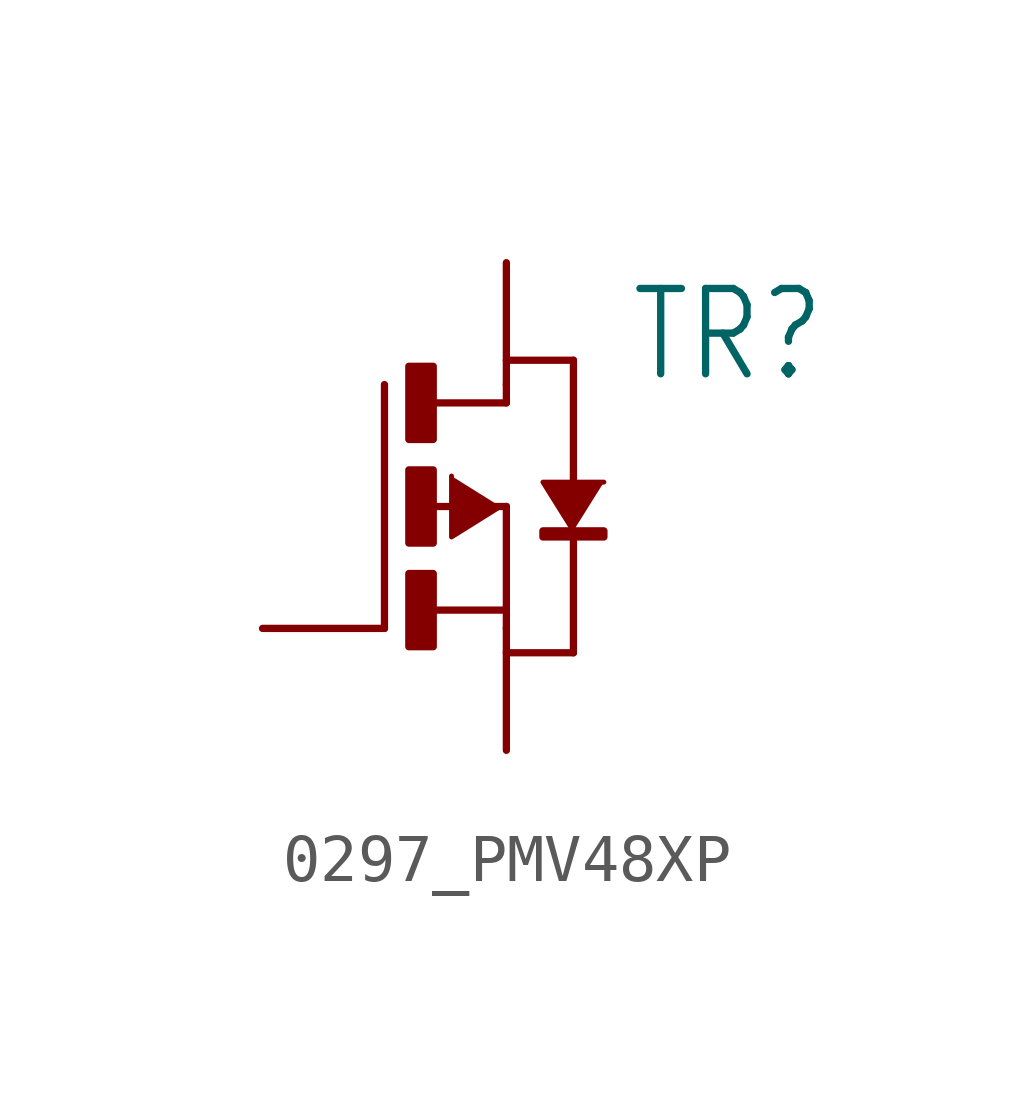
<source format=kicad_sym>
(kicad_symbol_lib
  (version 20220914)
  (generator kicad_symbol_editor)
  (symbol "0297_PMV48XP"
    (property "Reference" "TR"
      (at 2.54 2.54 0)
      (effects (font (size 1.778 1.511)) (justify left bottom)))
    (property "Value" ""
      (at 2.54 0 0)
      (effects (font (size 1.778 1.511)) (justify left bottom)))
    (property "ki_locked" ""
      (at 0 0 0)
      (effects (font (size 1.27 1.27))))
    (symbol "0297_PMV48XP_1_0"
      (rectangle (start -2.032 -2.921) (end -1.524 -1.397) (stroke (width 0) (type default)) (fill (type outline)))
      (rectangle (start -2.032 -0.762) (end -1.524 0.762) (stroke (width 0) (type default)) (fill (type outline)))
      (rectangle (start -2.032 1.397) (end -1.524 2.921) (stroke (width 0) (type default)) (fill (type outline)))
      (polyline (pts (xy -2.54 -2.54) (xy -2.54 2.54)) (stroke (width 0.152) (type solid)) (fill (type none)))
      (polyline (pts (xy -1.651 0) (xy 0 0)) (stroke (width 0.152) (type solid)) (fill (type none)))
      (polyline (pts (xy -1.524 -2.159) (xy 0 -2.159)) (stroke (width 0.152) (type solid)) (fill (type none)))
      (polyline (pts (xy -1.524 2.159) (xy 0 2.159)) (stroke (width 0.152) (type solid)) (fill (type none)))
      (polyline (pts (xy 0 -2.159) (xy 0 -2.54)) (stroke (width 0.152) (type solid)) (fill (type none)))
      (polyline (pts (xy 0 0) (xy 0 -2.159)) (stroke (width 0.152) (type solid)) (fill (type none)))
      (polyline (pts (xy 0 2.159) (xy 0 2.54)) (stroke (width 0.152) (type solid)) (fill (type none)))
      (polyline (pts (xy 0 3.048) (xy 1.397 3.048)) (stroke (width 0.152) (type solid)) (fill (type none)))
      (polyline (pts (xy 1.397 -3.048) (xy 0 -3.048)) (stroke (width 0.152) (type solid)) (fill (type none)))
      (polyline (pts (xy 1.397 -0.508) (xy 1.397 -3.048)) (stroke (width 0.152) (type solid)) (fill (type none)))
      (polyline (pts (xy 1.397 3.048) (xy 1.397 0.381)) (stroke (width 0.152) (type solid)) (fill (type none)))
      (polyline (pts (xy -0.127 0) (xy -1.143 -0.635) (xy -1.143 0.635)) (stroke (width 0.102) (type solid)) (fill (type outline)))
      (polyline (pts (xy 1.397 -0.508) (xy 0.762 0.508) (xy 2.032 0.508)) (stroke (width 0.102) (type solid)) (fill (type outline)))
      (rectangle (start 0.762 -0.635) (end 2.032 -0.508) (stroke (width 0) (type default)) (fill (type outline)))
      (pin passive line (at 0 5.08 270) (length 2.54) (name "D" (effects (font (size 0 0)))) (number "1" (effects (font (size 0 0)))))
      (pin passive line (at 0 -5.08 90) (length 2.54) (name "S" (effects (font (size 0 0)))) (number "2" (effects (font (size 0 0)))))
      (pin passive line (at -5.08 -2.54 0) (length 2.54) (name "G" (effects (font (size 0 0)))) (number "3" (effects (font (size 0 0))))))))
</source>
